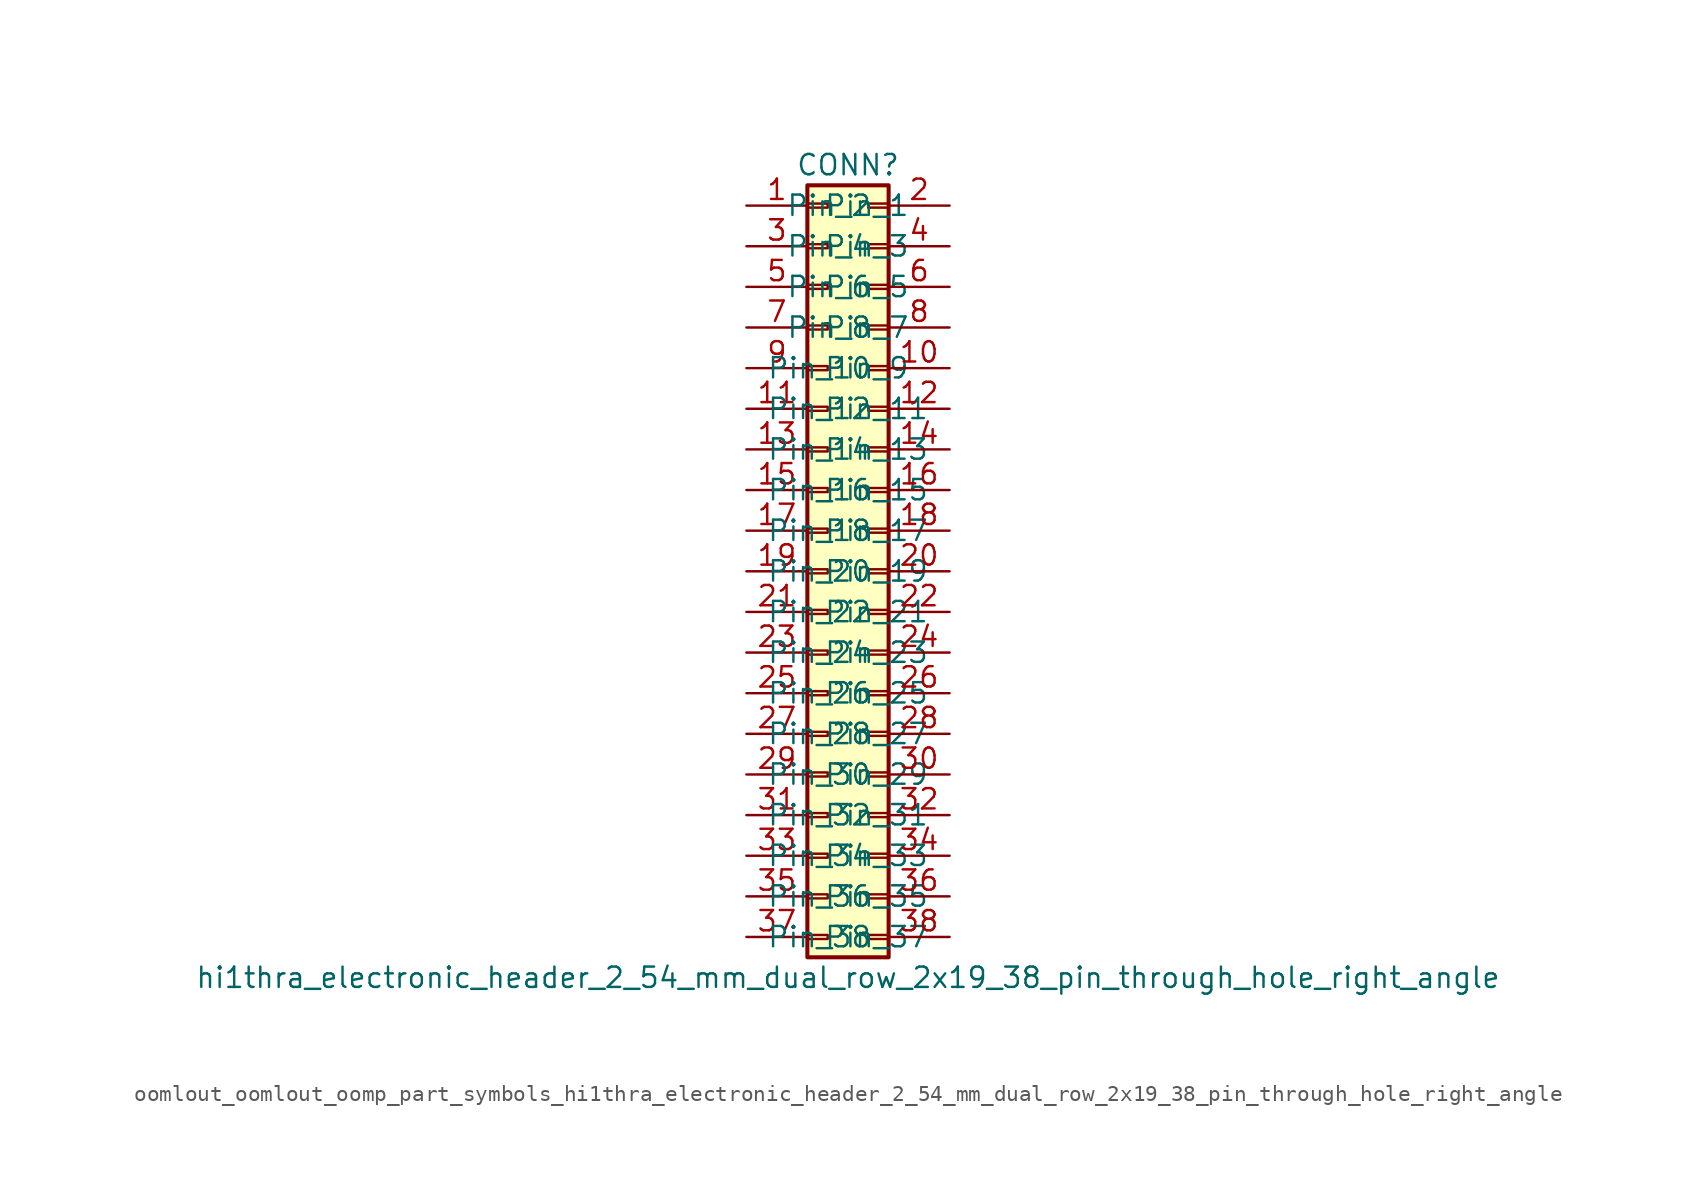
<source format=kicad_sym>
(kicad_symbol_lib
  (version 20220914)
  (generator kicad_symbol_editor)
  (symbol "oomlout_oomlout_oomp_part_symbols_hi1thra_electronic_header_2_54_mm_dual_row_2x19_38_pin_through_hole_right_angle"
    (pin_names
      (offset 1.016))
    (property "Reference" "CONN"
      (at 1.27 25.4 0)
      (effects (font (size 1.27 1.27))))
    (property "Value" "hi1thra_electronic_header_2_54_mm_dual_row_2x19_38_pin_through_hole_right_angle"
      (at 1.27 -25.4 0)
      (effects (font (size 1.27 1.27))))
    (symbol "oomlout_oomlout_oomp_part_symbols_hi1thra_electronic_header_2_54_mm_dual_row_2x19_38_pin_through_hole_right_angle_1_1"
      (rectangle (start -1.27 -22.733) (end 0 -22.987) (stroke (width 0.152) (type default)) (fill (type none)))
      (rectangle (start -1.27 -20.193) (end 0 -20.447) (stroke (width 0.152) (type default)) (fill (type none)))
      (rectangle (start -1.27 -17.653) (end 0 -17.907) (stroke (width 0.152) (type default)) (fill (type none)))
      (rectangle (start -1.27 -15.113) (end 0 -15.367) (stroke (width 0.152) (type default)) (fill (type none)))
      (rectangle (start -1.27 -12.573) (end 0 -12.827) (stroke (width 0.152) (type default)) (fill (type none)))
      (rectangle (start -1.27 -10.033) (end 0 -10.287) (stroke (width 0.152) (type default)) (fill (type none)))
      (rectangle (start -1.27 -7.493) (end 0 -7.747) (stroke (width 0.152) (type default)) (fill (type none)))
      (rectangle (start -1.27 -4.953) (end 0 -5.207) (stroke (width 0.152) (type default)) (fill (type none)))
      (rectangle (start -1.27 -2.413) (end 0 -2.667) (stroke (width 0.152) (type default)) (fill (type none)))
      (rectangle (start -1.27 0.127) (end 0 -0.127) (stroke (width 0.152) (type default)) (fill (type none)))
      (rectangle (start -1.27 2.667) (end 0 2.413) (stroke (width 0.152) (type default)) (fill (type none)))
      (rectangle (start -1.27 5.207) (end 0 4.953) (stroke (width 0.152) (type default)) (fill (type none)))
      (rectangle (start -1.27 7.747) (end 0 7.493) (stroke (width 0.152) (type default)) (fill (type none)))
      (rectangle (start -1.27 10.287) (end 0 10.033) (stroke (width 0.152) (type default)) (fill (type none)))
      (rectangle (start -1.27 12.827) (end 0 12.573) (stroke (width 0.152) (type default)) (fill (type none)))
      (rectangle (start -1.27 15.367) (end 0 15.113) (stroke (width 0.152) (type default)) (fill (type none)))
      (rectangle (start -1.27 17.907) (end 0 17.653) (stroke (width 0.152) (type default)) (fill (type none)))
      (rectangle (start -1.27 20.447) (end 0 20.193) (stroke (width 0.152) (type default)) (fill (type none)))
      (rectangle (start -1.27 22.987) (end 0 22.733) (stroke (width 0.152) (type default)) (fill (type none)))
      (rectangle (start -1.27 24.13) (end 3.81 -24.13) (stroke (width 0.254) (type default)) (fill (type background)))
      (rectangle (start 3.81 -22.733) (end 2.54 -22.987) (stroke (width 0.152) (type default)) (fill (type none)))
      (rectangle (start 3.81 -20.193) (end 2.54 -20.447) (stroke (width 0.152) (type default)) (fill (type none)))
      (rectangle (start 3.81 -17.653) (end 2.54 -17.907) (stroke (width 0.152) (type default)) (fill (type none)))
      (rectangle (start 3.81 -15.113) (end 2.54 -15.367) (stroke (width 0.152) (type default)) (fill (type none)))
      (rectangle (start 3.81 -12.573) (end 2.54 -12.827) (stroke (width 0.152) (type default)) (fill (type none)))
      (rectangle (start 3.81 -10.033) (end 2.54 -10.287) (stroke (width 0.152) (type default)) (fill (type none)))
      (rectangle (start 3.81 -7.493) (end 2.54 -7.747) (stroke (width 0.152) (type default)) (fill (type none)))
      (rectangle (start 3.81 -4.953) (end 2.54 -5.207) (stroke (width 0.152) (type default)) (fill (type none)))
      (rectangle (start 3.81 -2.413) (end 2.54 -2.667) (stroke (width 0.152) (type default)) (fill (type none)))
      (rectangle (start 3.81 0.127) (end 2.54 -0.127) (stroke (width 0.152) (type default)) (fill (type none)))
      (rectangle (start 3.81 2.667) (end 2.54 2.413) (stroke (width 0.152) (type default)) (fill (type none)))
      (rectangle (start 3.81 5.207) (end 2.54 4.953) (stroke (width 0.152) (type default)) (fill (type none)))
      (rectangle (start 3.81 7.747) (end 2.54 7.493) (stroke (width 0.152) (type default)) (fill (type none)))
      (rectangle (start 3.81 10.287) (end 2.54 10.033) (stroke (width 0.152) (type default)) (fill (type none)))
      (rectangle (start 3.81 12.827) (end 2.54 12.573) (stroke (width 0.152) (type default)) (fill (type none)))
      (rectangle (start 3.81 15.367) (end 2.54 15.113) (stroke (width 0.152) (type default)) (fill (type none)))
      (rectangle (start 3.81 17.907) (end 2.54 17.653) (stroke (width 0.152) (type default)) (fill (type none)))
      (rectangle (start 3.81 20.447) (end 2.54 20.193) (stroke (width 0.152) (type default)) (fill (type none)))
      (rectangle (start 3.81 22.987) (end 2.54 22.733) (stroke (width 0.152) (type default)) (fill (type none)))
      (pin passive line (at -5.08 22.86 0) (length 3.81) (name "Pin_1" (effects (font (size 1.27 1.27)))) (number "1" (effects (font (size 1.27 1.27)))))
      (pin passive line (at 7.62 12.7 180) (length 3.81) (name "Pin_10" (effects (font (size 1.27 1.27)))) (number "10" (effects (font (size 1.27 1.27)))))
      (pin passive line (at -5.08 10.16 0) (length 3.81) (name "Pin_11" (effects (font (size 1.27 1.27)))) (number "11" (effects (font (size 1.27 1.27)))))
      (pin passive line (at 7.62 10.16 180) (length 3.81) (name "Pin_12" (effects (font (size 1.27 1.27)))) (number "12" (effects (font (size 1.27 1.27)))))
      (pin passive line (at -5.08 7.62 0) (length 3.81) (name "Pin_13" (effects (font (size 1.27 1.27)))) (number "13" (effects (font (size 1.27 1.27)))))
      (pin passive line (at 7.62 7.62 180) (length 3.81) (name "Pin_14" (effects (font (size 1.27 1.27)))) (number "14" (effects (font (size 1.27 1.27)))))
      (pin passive line (at -5.08 5.08 0) (length 3.81) (name "Pin_15" (effects (font (size 1.27 1.27)))) (number "15" (effects (font (size 1.27 1.27)))))
      (pin passive line (at 7.62 5.08 180) (length 3.81) (name "Pin_16" (effects (font (size 1.27 1.27)))) (number "16" (effects (font (size 1.27 1.27)))))
      (pin passive line (at -5.08 2.54 0) (length 3.81) (name "Pin_17" (effects (font (size 1.27 1.27)))) (number "17" (effects (font (size 1.27 1.27)))))
      (pin passive line (at 7.62 2.54 180) (length 3.81) (name "Pin_18" (effects (font (size 1.27 1.27)))) (number "18" (effects (font (size 1.27 1.27)))))
      (pin passive line (at -5.08 0 0) (length 3.81) (name "Pin_19" (effects (font (size 1.27 1.27)))) (number "19" (effects (font (size 1.27 1.27)))))
      (pin passive line (at 7.62 22.86 180) (length 3.81) (name "Pin_2" (effects (font (size 1.27 1.27)))) (number "2" (effects (font (size 1.27 1.27)))))
      (pin passive line (at 7.62 0 180) (length 3.81) (name "Pin_20" (effects (font (size 1.27 1.27)))) (number "20" (effects (font (size 1.27 1.27)))))
      (pin passive line (at -5.08 -2.54 0) (length 3.81) (name "Pin_21" (effects (font (size 1.27 1.27)))) (number "21" (effects (font (size 1.27 1.27)))))
      (pin passive line (at 7.62 -2.54 180) (length 3.81) (name "Pin_22" (effects (font (size 1.27 1.27)))) (number "22" (effects (font (size 1.27 1.27)))))
      (pin passive line (at -5.08 -5.08 0) (length 3.81) (name "Pin_23" (effects (font (size 1.27 1.27)))) (number "23" (effects (font (size 1.27 1.27)))))
      (pin passive line (at 7.62 -5.08 180) (length 3.81) (name "Pin_24" (effects (font (size 1.27 1.27)))) (number "24" (effects (font (size 1.27 1.27)))))
      (pin passive line (at -5.08 -7.62 0) (length 3.81) (name "Pin_25" (effects (font (size 1.27 1.27)))) (number "25" (effects (font (size 1.27 1.27)))))
      (pin passive line (at 7.62 -7.62 180) (length 3.81) (name "Pin_26" (effects (font (size 1.27 1.27)))) (number "26" (effects (font (size 1.27 1.27)))))
      (pin passive line (at -5.08 -10.16 0) (length 3.81) (name "Pin_27" (effects (font (size 1.27 1.27)))) (number "27" (effects (font (size 1.27 1.27)))))
      (pin passive line (at 7.62 -10.16 180) (length 3.81) (name "Pin_28" (effects (font (size 1.27 1.27)))) (number "28" (effects (font (size 1.27 1.27)))))
      (pin passive line (at -5.08 -12.7 0) (length 3.81) (name "Pin_29" (effects (font (size 1.27 1.27)))) (number "29" (effects (font (size 1.27 1.27)))))
      (pin passive line (at -5.08 20.32 0) (length 3.81) (name "Pin_3" (effects (font (size 1.27 1.27)))) (number "3" (effects (font (size 1.27 1.27)))))
      (pin passive line (at 7.62 -12.7 180) (length 3.81) (name "Pin_30" (effects (font (size 1.27 1.27)))) (number "30" (effects (font (size 1.27 1.27)))))
      (pin passive line (at -5.08 -15.24 0) (length 3.81) (name "Pin_31" (effects (font (size 1.27 1.27)))) (number "31" (effects (font (size 1.27 1.27)))))
      (pin passive line (at 7.62 -15.24 180) (length 3.81) (name "Pin_32" (effects (font (size 1.27 1.27)))) (number "32" (effects (font (size 1.27 1.27)))))
      (pin passive line (at -5.08 -17.78 0) (length 3.81) (name "Pin_33" (effects (font (size 1.27 1.27)))) (number "33" (effects (font (size 1.27 1.27)))))
      (pin passive line (at 7.62 -17.78 180) (length 3.81) (name "Pin_34" (effects (font (size 1.27 1.27)))) (number "34" (effects (font (size 1.27 1.27)))))
      (pin passive line (at -5.08 -20.32 0) (length 3.81) (name "Pin_35" (effects (font (size 1.27 1.27)))) (number "35" (effects (font (size 1.27 1.27)))))
      (pin passive line (at 7.62 -20.32 180) (length 3.81) (name "Pin_36" (effects (font (size 1.27 1.27)))) (number "36" (effects (font (size 1.27 1.27)))))
      (pin passive line (at -5.08 -22.86 0) (length 3.81) (name "Pin_37" (effects (font (size 1.27 1.27)))) (number "37" (effects (font (size 1.27 1.27)))))
      (pin passive line (at 7.62 -22.86 180) (length 3.81) (name "Pin_38" (effects (font (size 1.27 1.27)))) (number "38" (effects (font (size 1.27 1.27)))))
      (pin passive line (at 7.62 20.32 180) (length 3.81) (name "Pin_4" (effects (font (size 1.27 1.27)))) (number "4" (effects (font (size 1.27 1.27)))))
      (pin passive line (at -5.08 17.78 0) (length 3.81) (name "Pin_5" (effects (font (size 1.27 1.27)))) (number "5" (effects (font (size 1.27 1.27)))))
      (pin passive line (at 7.62 17.78 180) (length 3.81) (name "Pin_6" (effects (font (size 1.27 1.27)))) (number "6" (effects (font (size 1.27 1.27)))))
      (pin passive line (at -5.08 15.24 0) (length 3.81) (name "Pin_7" (effects (font (size 1.27 1.27)))) (number "7" (effects (font (size 1.27 1.27)))))
      (pin passive line (at 7.62 15.24 180) (length 3.81) (name "Pin_8" (effects (font (size 1.27 1.27)))) (number "8" (effects (font (size 1.27 1.27)))))
      (pin passive line (at -5.08 12.7 0) (length 3.81) (name "Pin_9" (effects (font (size 1.27 1.27)))) (number "9" (effects (font (size 1.27 1.27))))))))
</source>
